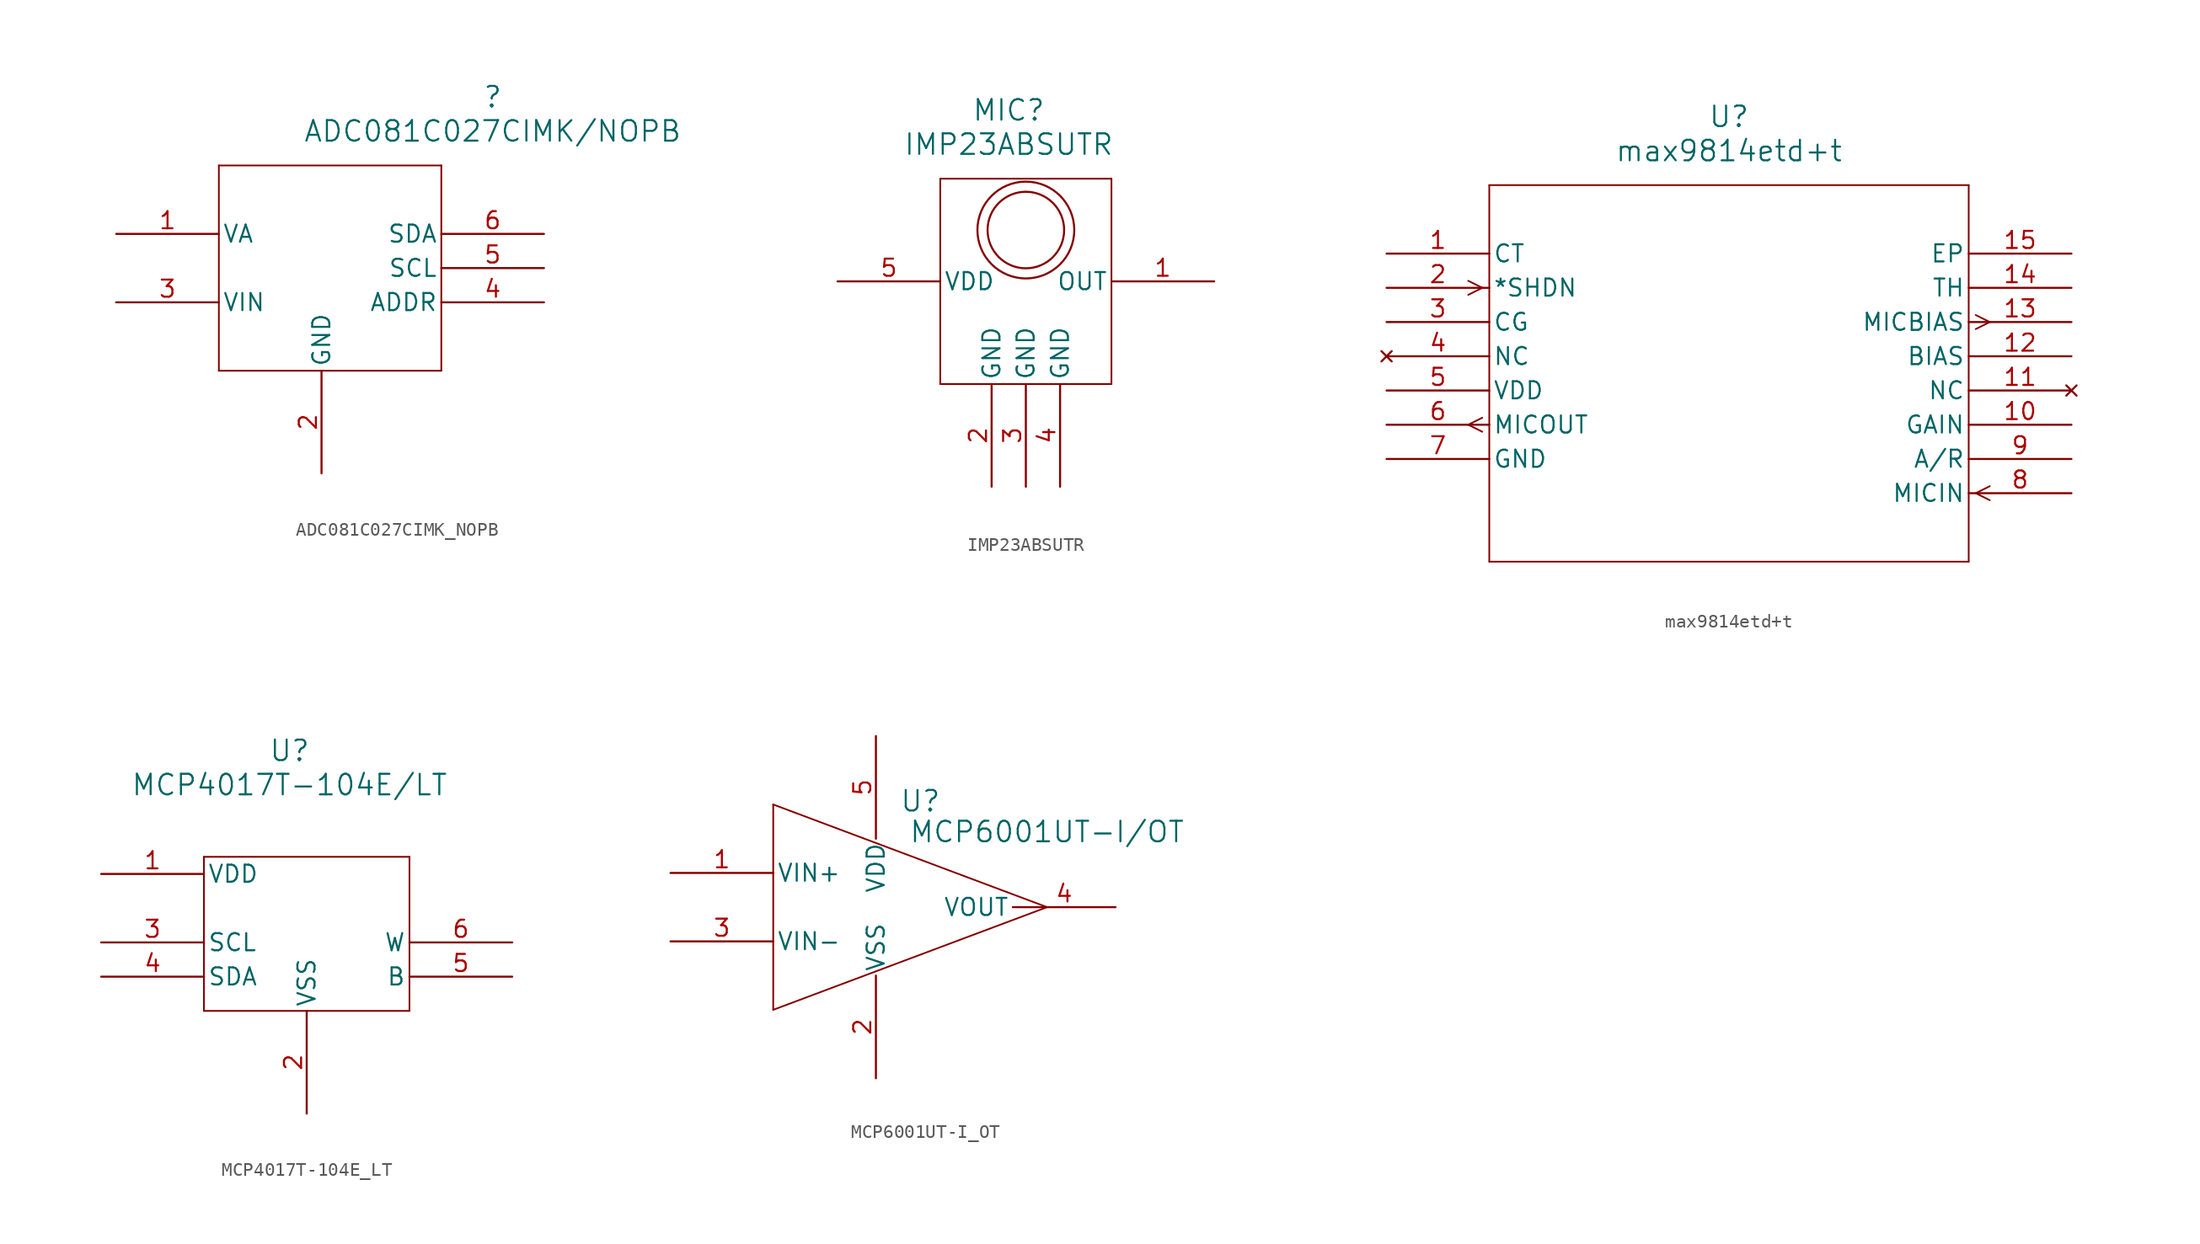
<source format=kicad_sym>
(kicad_symbol_lib
  (version 20231120)
  (generator "kicad_symbol_editor")
  (generator_version "8.0")
  (symbol "ADC081C027CIMK_NOPB"
    (pin_names
      (offset 0.254))
    (property "Reference" ""
      (at 27.94 10.16 0)
      (effects (font (size 1.524 1.524))))
    (property "Value" "ADC081C027CIMK/NOPB"
      (at 27.94 7.62 0)
      (effects (font (size 1.524 1.524))))
    (property "ki_locked" ""
      (at 0 0 0)
      (effects (font (size 1.27 1.27))))
    (symbol "ADC081C027CIMK_NOPB_0_1"
      (polyline (pts (xy 7.62 -10.16) (xy 24.13 -10.16)) (stroke (width 0.127) (type default)) (fill (type none)))
      (polyline (pts (xy 7.62 5.08) (xy 7.62 -10.16)) (stroke (width 0.127) (type default)) (fill (type none)))
      (polyline (pts (xy 24.13 -10.16) (xy 24.13 5.08)) (stroke (width 0.127) (type default)) (fill (type none)))
      (polyline (pts (xy 24.13 5.08) (xy 7.62 5.08)) (stroke (width 0.127) (type default)) (fill (type none)))
      (pin power_in line (at 0 0 0) (length 7.62) (name "VA" (effects (font (size 1.27 1.27)))) (number "1" (effects (font (size 1.27 1.27)))))
      (pin power_in line (at 15.24 -17.78 90) (length 7.62) (name "GND" (effects (font (size 1.27 1.27)))) (number "2" (effects (font (size 1.27 1.27)))))
      (pin input line (at 0 -5.08 0) (length 7.62) (name "VIN" (effects (font (size 1.27 1.27)))) (number "3" (effects (font (size 1.27 1.27)))))
      (pin input line (at 31.75 -5.08 180) (length 7.62) (name "ADDR" (effects (font (size 1.27 1.27)))) (number "4" (effects (font (size 1.27 1.27)))))
      (pin input line (at 31.75 -2.54 180) (length 7.62) (name "SCL" (effects (font (size 1.27 1.27)))) (number "5" (effects (font (size 1.27 1.27)))))
      (pin bidirectional line (at 31.75 0 180) (length 7.62) (name "SDA" (effects (font (size 1.27 1.27)))) (number "6" (effects (font (size 1.27 1.27)))))))
  (symbol "IMP23ABSUTR"
    (pin_names
      (offset 0.254))
    (property "Reference" "MIC"
      (at 20.32 10.16 0)
      (effects (font (size 1.524 1.524))))
    (property "Value" "IMP23ABSUTR"
      (at 20.32 7.62 0)
      (effects (font (size 1.524 1.524))))
    (property "ki_locked" ""
      (at 0 0 0)
      (effects (font (size 1.27 1.27))))
    (symbol "IMP23ABSUTR_0_1"
      (polyline (pts (xy 15.24 -10.16) (xy 27.94 -10.16)) (stroke (width 0.127) (type default)) (fill (type none)))
      (polyline (pts (xy 15.24 5.08) (xy 15.24 -10.16)) (stroke (width 0.127) (type default)) (fill (type none)))
      (polyline (pts (xy 27.94 -10.16) (xy 27.94 5.08)) (stroke (width 0.127) (type default)) (fill (type none)))
      (polyline (pts (xy 27.94 5.08) (xy 15.24 5.08)) (stroke (width 0.127) (type default)) (fill (type none)))
      (circle (center 21.59 1.27) (radius 2.84) (stroke (width 0) (type default)) (fill (type none)))
      (circle (center 21.59 1.27) (radius 3.592) (stroke (width 0) (type default)) (fill (type none)))
      (pin output line (at 35.56 -2.54 180) (length 7.62) (name "OUT" (effects (font (size 1.27 1.27)))) (number "1" (effects (font (size 1.27 1.27)))))
      (pin power_out line (at 19.05 -17.78 90) (length 7.62) (name "GND" (effects (font (size 1.27 1.27)))) (number "2" (effects (font (size 1.27 1.27)))))
      (pin power_out line (at 21.59 -17.78 90) (length 7.62) (name "GND" (effects (font (size 1.27 1.27)))) (number "3" (effects (font (size 1.27 1.27)))))
      (pin power_out line (at 24.13 -17.78 90) (length 7.62) (name "GND" (effects (font (size 1.27 1.27)))) (number "4" (effects (font (size 1.27 1.27)))))
      (pin power_in line (at 7.62 -2.54 0) (length 7.62) (name "VDD" (effects (font (size 1.27 1.27)))) (number "5" (effects (font (size 1.27 1.27)))))))
  (symbol "max9814etd+t"
    (pin_names
      (offset 0.254))
    (property "Reference" "U"
      (at 25.4 10.16 0)
      (effects (font (size 1.524 1.524))))
    (property "Value" "max9814etd+t"
      (at 25.4 7.62 0)
      (effects (font (size 1.524 1.524))))
    (property "ki_locked" ""
      (at 0 0 0)
      (effects (font (size 1.27 1.27))))
    (symbol "max9814etd+t_0_1"
      (polyline (pts (xy 7.099 -13.221) (xy 6.058 -12.7)) (stroke (width 0.127) (type default)) (fill (type none)))
      (polyline (pts (xy 7.099 -12.179) (xy 6.058 -12.7)) (stroke (width 0.127) (type default)) (fill (type none)))
      (polyline (pts (xy 7.099 -2.54) (xy 6.058 -3.061)) (stroke (width 0.127) (type default)) (fill (type none)))
      (polyline (pts (xy 7.099 -2.54) (xy 6.058 -2.019)) (stroke (width 0.127) (type default)) (fill (type none)))
      (polyline (pts (xy 7.62 -22.86) (xy 43.18 -22.86)) (stroke (width 0.127) (type default)) (fill (type none)))
      (polyline (pts (xy 7.62 5.08) (xy 7.62 -22.86)) (stroke (width 0.127) (type default)) (fill (type none)))
      (polyline (pts (xy 43.18 -22.86) (xy 43.18 5.08)) (stroke (width 0.127) (type default)) (fill (type none)))
      (polyline (pts (xy 43.18 5.08) (xy 7.62 5.08)) (stroke (width 0.127) (type default)) (fill (type none)))
      (polyline (pts (xy 43.701 -17.78) (xy 44.742 -18.301)) (stroke (width 0.127) (type default)) (fill (type none)))
      (polyline (pts (xy 43.701 -17.78) (xy 44.742 -17.259)) (stroke (width 0.127) (type default)) (fill (type none)))
      (polyline (pts (xy 43.701 -5.601) (xy 44.742 -5.08)) (stroke (width 0.127) (type default)) (fill (type none)))
      (polyline (pts (xy 43.701 -4.559) (xy 44.742 -5.08)) (stroke (width 0.127) (type default)) (fill (type none)))
      (pin unspecified line (at 0 0 0) (length 7.62) (name "CT" (effects (font (size 1.27 1.27)))) (number "1" (effects (font (size 1.27 1.27)))))
      (pin unspecified line (at 50.8 -12.7 180) (length 7.62) (name "GAIN" (effects (font (size 1.27 1.27)))) (number "10" (effects (font (size 1.27 1.27)))))
      (pin no_connect line (at 50.8 -10.16 180) (length 7.62) (name "NC" (effects (font (size 1.27 1.27)))) (number "11" (effects (font (size 1.27 1.27)))))
      (pin unspecified line (at 50.8 -7.62 180) (length 7.62) (name "BIAS" (effects (font (size 1.27 1.27)))) (number "12" (effects (font (size 1.27 1.27)))))
      (pin output line (at 50.8 -5.08 180) (length 7.62) (name "MICBIAS" (effects (font (size 1.27 1.27)))) (number "13" (effects (font (size 1.27 1.27)))))
      (pin unspecified line (at 50.8 -2.54 180) (length 7.62) (name "TH" (effects (font (size 1.27 1.27)))) (number "14" (effects (font (size 1.27 1.27)))))
      (pin unspecified line (at 50.8 0 180) (length 7.62) (name "EP" (effects (font (size 1.27 1.27)))) (number "15" (effects (font (size 1.27 1.27)))))
      (pin input line (at 0 -2.54 0) (length 7.62) (name "*SHDN" (effects (font (size 1.27 1.27)))) (number "2" (effects (font (size 1.27 1.27)))))
      (pin unspecified line (at 0 -5.08 0) (length 7.62) (name "CG" (effects (font (size 1.27 1.27)))) (number "3" (effects (font (size 1.27 1.27)))))
      (pin no_connect line (at 0 -7.62 0) (length 7.62) (name "NC" (effects (font (size 1.27 1.27)))) (number "4" (effects (font (size 1.27 1.27)))))
      (pin power_in line (at 0 -10.16 0) (length 7.62) (name "VDD" (effects (font (size 1.27 1.27)))) (number "5" (effects (font (size 1.27 1.27)))))
      (pin output line (at 0 -12.7 0) (length 7.62) (name "MICOUT" (effects (font (size 1.27 1.27)))) (number "6" (effects (font (size 1.27 1.27)))))
      (pin power_in line (at 0 -15.24 0) (length 7.62) (name "GND" (effects (font (size 1.27 1.27)))) (number "7" (effects (font (size 1.27 1.27)))))
      (pin input line (at 50.8 -17.78 180) (length 7.62) (name "MICIN" (effects (font (size 1.27 1.27)))) (number "8" (effects (font (size 1.27 1.27)))))
      (pin unspecified line (at 50.8 -15.24 180) (length 7.62) (name "A/R" (effects (font (size 1.27 1.27)))) (number "9" (effects (font (size 1.27 1.27)))))))
  (symbol "MCP4017T-104E_LT"
    (pin_names
      (offset 0.254))
    (property "Reference" "U"
      (at 13.97 9.144 0)
      (effects (font (size 1.524 1.524))))
    (property "Value" "MCP4017T-104E/LT"
      (at 13.97 6.604 0)
      (effects (font (size 1.524 1.524))))
    (property "ki_locked" ""
      (at 0 0 0)
      (effects (font (size 1.27 1.27))))
    (symbol "MCP4017T-104E_LT_0_1"
      (polyline (pts (xy 7.62 -10.16) (xy 22.86 -10.16)) (stroke (width 0.127) (type default)) (fill (type none)))
      (polyline (pts (xy 7.62 1.27) (xy 7.62 -10.16)) (stroke (width 0.127) (type default)) (fill (type none)))
      (polyline (pts (xy 22.86 -10.16) (xy 22.86 1.27)) (stroke (width 0.127) (type default)) (fill (type none)))
      (polyline (pts (xy 22.86 1.27) (xy 7.62 1.27)) (stroke (width 0.127) (type default)) (fill (type none)))
      (pin power_in line (at 0 0 0) (length 7.62) (name "VDD" (effects (font (size 1.27 1.27)))) (number "1" (effects (font (size 1.27 1.27)))))
      (pin power_in line (at 15.24 -17.78 90) (length 7.62) (name "VSS" (effects (font (size 1.27 1.27)))) (number "2" (effects (font (size 1.27 1.27)))))
      (pin bidirectional line (at 0 -5.08 0) (length 7.62) (name "SCL" (effects (font (size 1.27 1.27)))) (number "3" (effects (font (size 1.27 1.27)))))
      (pin bidirectional line (at 0 -7.62 0) (length 7.62) (name "SDA" (effects (font (size 1.27 1.27)))) (number "4" (effects (font (size 1.27 1.27)))))
      (pin bidirectional line (at 30.48 -7.62 180) (length 7.62) (name "B" (effects (font (size 1.27 1.27)))) (number "5" (effects (font (size 1.27 1.27)))))
      (pin bidirectional line (at 30.48 -5.08 180) (length 7.62) (name "W" (effects (font (size 1.27 1.27)))) (number "6" (effects (font (size 1.27 1.27)))))))
  (symbol "MCP6001UT-I_OT"
    (pin_names
      (offset 0.254))
    (property "Reference" "U"
      (at 10.922 0.254 0)
      (effects (font (size 1.524 1.524))))
    (property "Value" "MCP6001UT-I/OT"
      (at 20.32 -2.032 0)
      (effects (font (size 1.524 1.524))))
    (property "ki_locked" ""
      (at 0 0 0)
      (effects (font (size 1.27 1.27))))
    (symbol "MCP6001UT-I_OT_0_1"
      (polyline (pts (xy 0 -15.24) (xy 20.32 -7.62)) (stroke (width 0.127) (type default)) (fill (type none)))
      (polyline (pts (xy 0 0) (xy 0 -15.24)) (stroke (width 0.127) (type default)) (fill (type none)))
      (polyline (pts (xy 20.32 -7.62) (xy 0 0)) (stroke (width 0.127) (type default)) (fill (type none)))
      (pin input line (at -7.62 -5.08 0) (length 7.62) (name "VIN+" (effects (font (size 1.27 1.27)))) (number "1" (effects (font (size 1.27 1.27)))))
      (pin input line (at -7.62 -10.16 0) (length 7.62) (name "VIN-" (effects (font (size 1.27 1.27)))) (number "3" (effects (font (size 1.27 1.27)))))
      (pin output line (at 25.4 -7.62 180) (length 7.62) (name "VOUT" (effects (font (size 1.27 1.27)))) (number "4" (effects (font (size 1.27 1.27)))))
      (pin power_in line (at 7.62 5.08 270) (length 7.62) (name "VDD" (effects (font (size 1.27 1.27)))) (number "5" (effects (font (size 1.27 1.27))))))
    (symbol "MCP6001UT-I_OT_1_1"
      (pin power_in line (at 7.62 -20.32 90) (length 7.62) (name "VSS" (effects (font (size 1.27 1.27)))) (number "2" (effects (font (size 1.27 1.27))))))))
</source>
